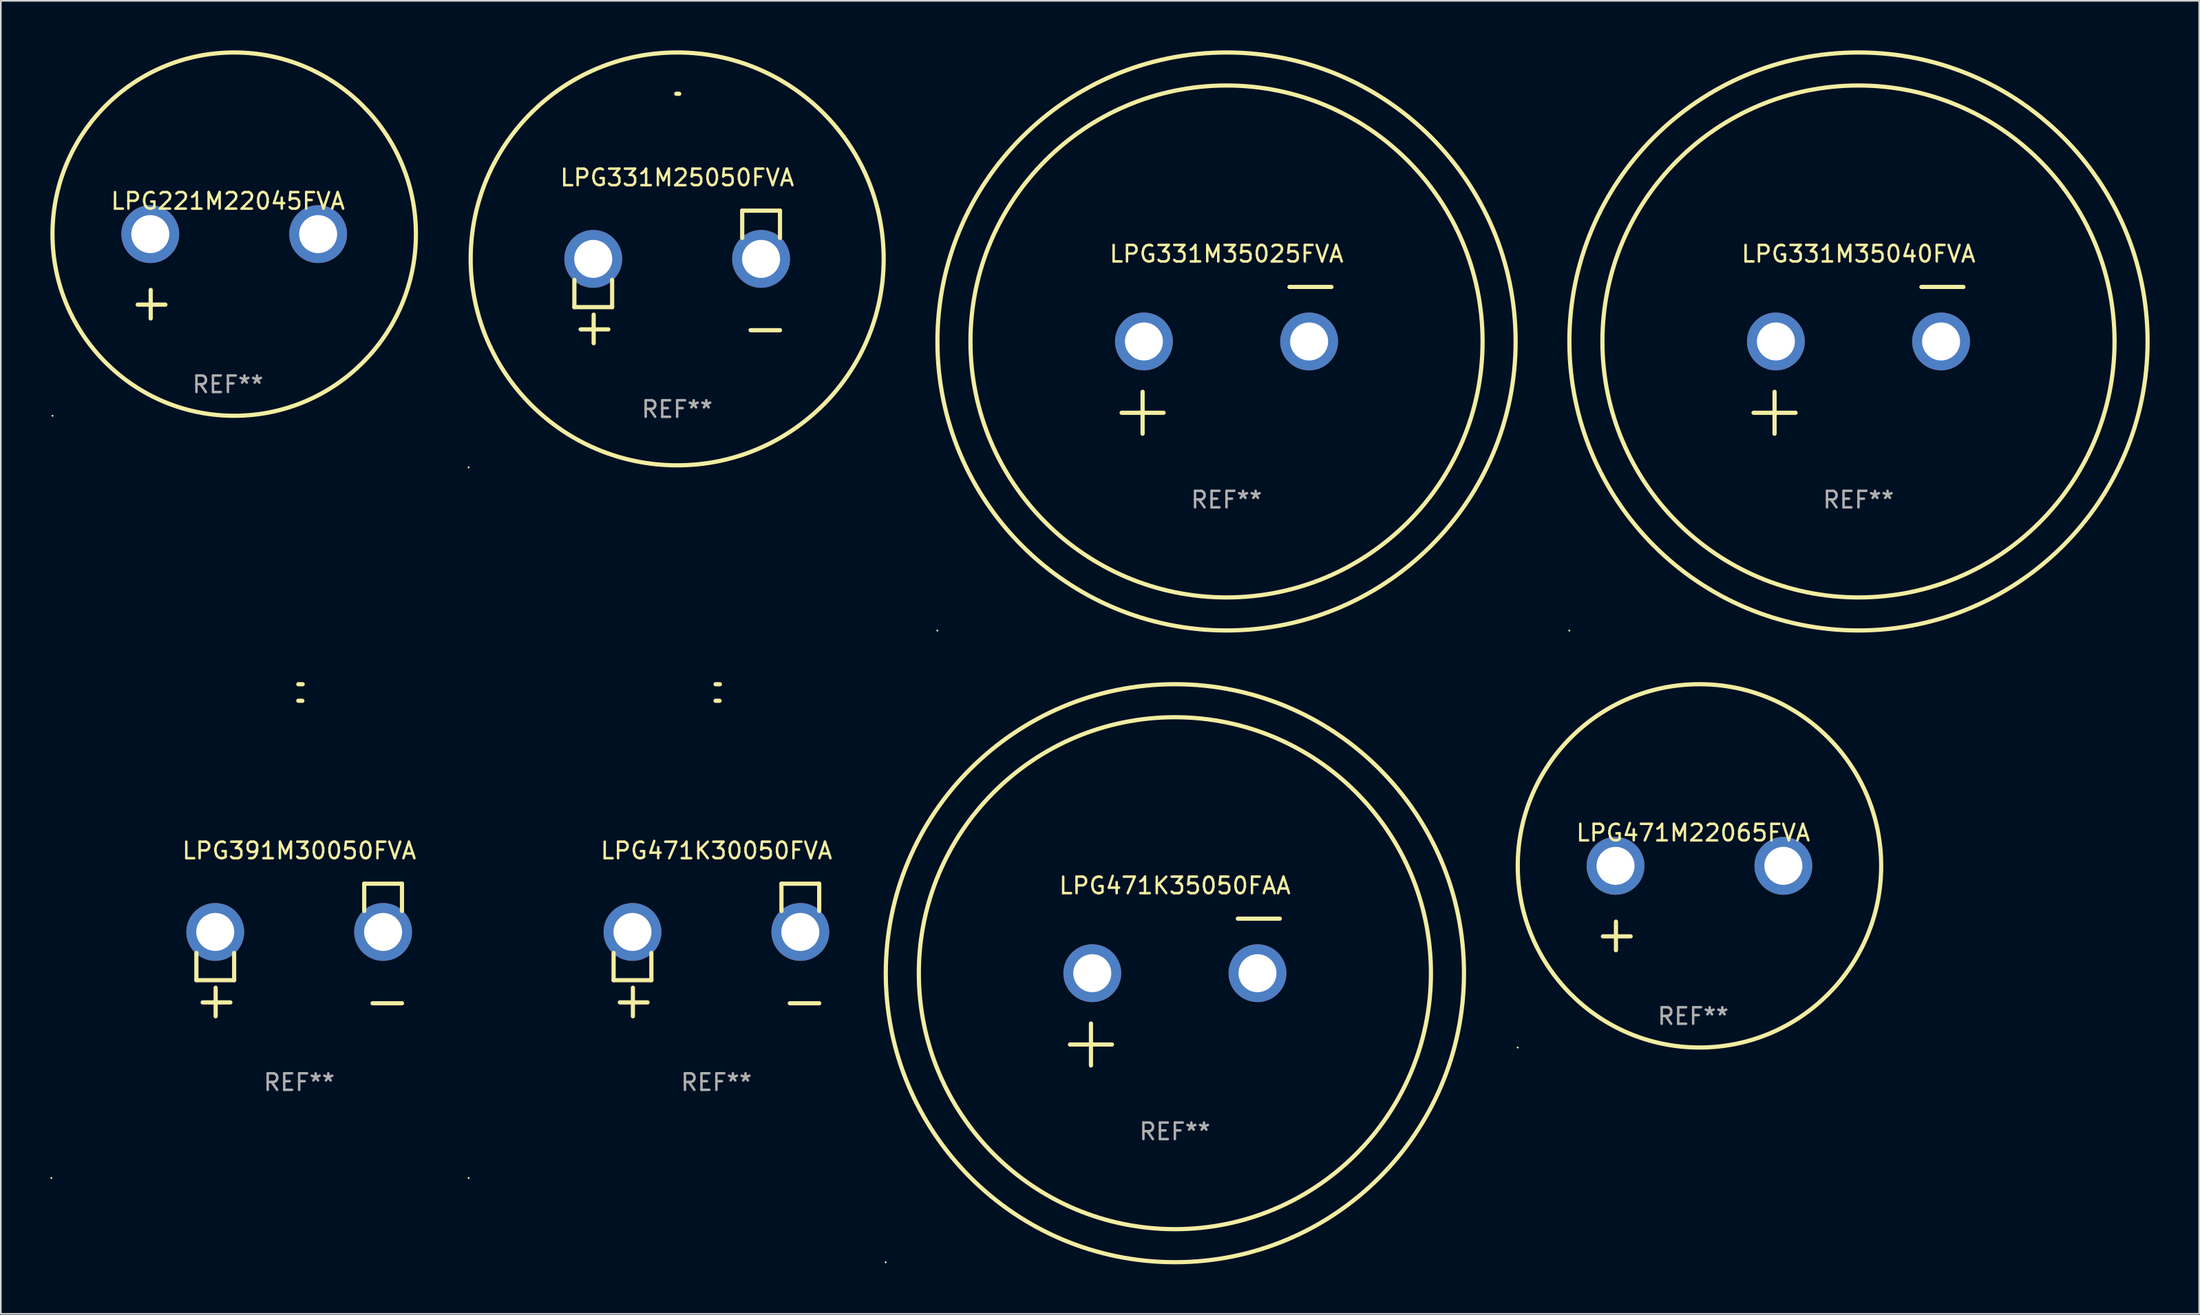
<source format=kicad_pcb>
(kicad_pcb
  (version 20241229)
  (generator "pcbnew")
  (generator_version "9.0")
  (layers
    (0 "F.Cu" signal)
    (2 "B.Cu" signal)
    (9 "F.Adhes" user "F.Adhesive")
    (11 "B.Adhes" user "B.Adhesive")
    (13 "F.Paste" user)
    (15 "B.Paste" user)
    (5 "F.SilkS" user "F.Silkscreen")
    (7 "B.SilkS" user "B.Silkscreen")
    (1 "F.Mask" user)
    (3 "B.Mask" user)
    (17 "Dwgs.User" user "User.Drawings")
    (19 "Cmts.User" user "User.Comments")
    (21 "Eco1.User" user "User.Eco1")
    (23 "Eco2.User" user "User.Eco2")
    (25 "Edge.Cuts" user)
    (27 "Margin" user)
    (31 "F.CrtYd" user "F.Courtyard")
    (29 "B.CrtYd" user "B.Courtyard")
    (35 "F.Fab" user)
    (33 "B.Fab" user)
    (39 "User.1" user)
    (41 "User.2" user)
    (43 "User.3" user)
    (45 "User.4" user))
  (footprint "LPG331M25050FVA"
    (layer "F.Cu")
    (at 37.941 13.719)
    (property "Reference" "LPG331M25050FVA" (at 0 -6.013 0) (layer "F.SilkS") (effects (font (size 1 1) (thickness 0.15))))
    (attr through_hole)
    (fp_line (start -6.223 0.178) (end -6.223 1.829) (stroke (width 0.254) (type solid)) (layer "F.SilkS"))
    (fp_line (start -6.223 1.829) (end -3.937 1.829) (stroke (width 0.254) (type solid)) (layer "F.SilkS"))
    (fp_line (start -5.055 4.013) (end -5.055 2.286) (stroke (width 0.254) (type solid)) (layer "F.SilkS"))
    (fp_line (start -4.166 3.175) (end -5.842 3.175) (stroke (width 0.254) (type solid)) (layer "F.SilkS"))
    (fp_line (start -3.937 1.829) (end -3.937 0.178) (stroke (width 0.254) (type solid)) (layer "F.SilkS"))
    (fp_line (start 3.937 -4.013) (end 3.937 -2.362) (stroke (width 0.254) (type solid)) (layer "F.SilkS"))
    (fp_line (start 6.223 -4.013) (end 3.937 -4.013) (stroke (width 0.254) (type solid)) (layer "F.SilkS"))
    (fp_line (start 6.223 -2.362) (end 6.223 -4.013) (stroke (width 0.254) (type solid)) (layer "F.SilkS"))
    (fp_line (start 6.223 3.226) (end 4.445 3.226) (stroke (width 0.254) (type solid)) (layer "F.SilkS"))
    (fp_arc (start -0.0508 -11.092202) (mid 0.036835 -11.091307) (end 0.12446 -11.089662) (stroke (width 0.254001) (type solid)) (layer "F.SilkS"))
    (fp_circle (center -12.627 11.535) (end -12.597 11.535) (stroke (width 0.06) (type solid)) (fill no) (layer "F.SilkS"))
    (fp_circle (center 0 -1.092) (end 12.5 -1.092) (stroke (width 0.254) (type solid)) (fill no) (layer "F.SilkS"))
    (fp_text user "REF**" (at 0 8.013 0) (layer "F.Fab") (effects (font (size 1 1) (thickness 0.15))))
    (pad "1" thru_hole circle (at -5.08 -1.092) (size 3.5 3.5) (drill 2.3) (layers "*.Cu" "*.Mask"))
    (pad "2" thru_hole circle (at 5.08 -1.092) (size 3.5 3.5) (drill 2.3) (layers "*.Cu" "*.Mask")))
  (footprint "LPG331M35040FVA"
    (layer "F.Cu")
    (at 109.449 18.77)
    (property "Reference" "LPG331M35040FVA" (at 0 -6.445 0) (layer "F.SilkS") (effects (font (size 1 1) (thickness 0.15))))
    (attr through_hole)
    (fp_line (start -6.35 3.175) (end -3.81 3.175) (stroke (width 0.254) (type solid)) (layer "F.SilkS"))
    (fp_line (start -5.08 1.905) (end -5.08 4.445) (stroke (width 0.254) (type solid)) (layer "F.SilkS"))
    (fp_line (start 3.81 -4.445) (end 6.35 -4.445) (stroke (width 0.254) (type solid)) (layer "F.SilkS"))
    (fp_circle (center -17.505 16.362) (end -17.475 16.362) (stroke (width 0.06) (type solid)) (fill no) (layer "F.SilkS"))
    (fp_circle (center 0 -1.143) (end 15.5 -1.143) (stroke (width 0.254) (type solid)) (fill no) (layer "F.SilkS"))
    (fp_circle (center 0 -1.143) (end 17.5 -1.143) (stroke (width 0.254) (type solid)) (fill no) (layer "F.SilkS"))
    (fp_text user "REF**" (at 0 8.445 0) (layer "F.Fab") (effects (font (size 1 1) (thickness 0.15))))
    (pad "1" thru_hole circle (at -5 -1.143) (size 3.5 3.5) (drill 2.3) (layers "*.Cu" "*.Mask"))
    (pad "2" thru_hole circle (at 5 -1.143) (size 3.5 3.5) (drill 2.3) (layers "*.Cu" "*.Mask")))
  (footprint "LPG221M22045FVA"
    (layer "F.Cu")
    (at 10.746 13.68)
    (property "Reference" "LPG221M22045FVA" (at 0 -4.553 0) (layer "F.SilkS") (effects (font (size 1 1) (thickness 0.15))))
    (attr through_hole)
    (fp_line (start -4.674 2.553) (end -4.674 0.826) (stroke (width 0.254) (type solid)) (layer "F.SilkS"))
    (fp_line (start -3.785 1.715) (end -5.461 1.715) (stroke (width 0.254) (type solid)) (layer "F.SilkS"))
    (fp_circle (center -10.619 8.447) (end -10.589 8.447) (stroke (width 0.06) (type solid)) (fill no) (layer "F.SilkS"))
    (fp_circle (center 0.381 -2.553) (end 11.381 -2.553) (stroke (width 0.254) (type solid)) (fill no) (layer "F.SilkS"))
    (fp_text user "REF**" (at 0 6.553 0) (layer "F.Fab") (effects (font (size 1 1) (thickness 0.15))))
    (pad "1" thru_hole circle (at -4.699 -2.553) (size 3.5 3.5) (drill 2.3) (layers "*.Cu" "*.Mask"))
    (pad "2" thru_hole circle (at 5.461 -2.553) (size 3.5 3.5) (drill 2.3) (layers "*.Cu" "*.Mask")))
  (footprint "LPG471M22065FVA"
    (layer "F.Cu")
    (at 99.442 51.934)
    (property "Reference" "LPG471M22065FVA" (at 0 -4.553 0) (layer "F.SilkS") (effects (font (size 1 1) (thickness 0.15))))
    (attr through_hole)
    (fp_line (start -4.674 2.553) (end -4.674 0.826) (stroke (width 0.254) (type solid)) (layer "F.SilkS"))
    (fp_line (start -3.785 1.715) (end -5.461 1.715) (stroke (width 0.254) (type solid)) (layer "F.SilkS"))
    (fp_circle (center -10.619 8.447) (end -10.589 8.447) (stroke (width 0.06) (type solid)) (fill no) (layer "F.SilkS"))
    (fp_circle (center 0.381 -2.553) (end 11.381 -2.553) (stroke (width 0.254) (type solid)) (fill no) (layer "F.SilkS"))
    (fp_text user "REF**" (at 0 6.553 0) (layer "F.Fab") (effects (font (size 1 1) (thickness 0.15))))
    (pad "1" thru_hole circle (at -4.699 -2.553) (size 3.5 3.5) (drill 2.3) (layers "*.Cu" "*.Mask"))
    (pad "2" thru_hole circle (at 5.461 -2.553) (size 3.5 3.5) (drill 2.3) (layers "*.Cu" "*.Mask")))
  (footprint "LPG471K35050FAA"
    (layer "F.Cu")
    (at 68.069 57.024)
    (property "Reference" "LPG471K35050FAA" (at 0 -6.445 0) (layer "F.SilkS") (effects (font (size 1 1) (thickness 0.15))))
    (attr through_hole)
    (fp_line (start -6.35 3.175) (end -3.81 3.175) (stroke (width 0.254) (type solid)) (layer "F.SilkS"))
    (fp_line (start -5.08 1.905) (end -5.08 4.445) (stroke (width 0.254) (type solid)) (layer "F.SilkS"))
    (fp_line (start 3.81 -4.445) (end 6.35 -4.445) (stroke (width 0.254) (type solid)) (layer "F.SilkS"))
    (fp_circle (center -17.505 16.362) (end -17.475 16.362) (stroke (width 0.06) (type solid)) (fill no) (layer "F.SilkS"))
    (fp_circle (center 0 -1.143) (end 15.5 -1.143) (stroke (width 0.254) (type solid)) (fill no) (layer "F.SilkS"))
    (fp_circle (center 0 -1.143) (end 17.5 -1.143) (stroke (width 0.254) (type solid)) (fill no) (layer "F.SilkS"))
    (fp_text user "REF**" (at 0 8.445 0) (layer "F.Fab") (effects (font (size 1 1) (thickness 0.15))))
    (pad "1" thru_hole circle (at -5 -1.143) (size 3.5 3.5) (drill 2.3) (layers "*.Cu" "*.Mask"))
    (pad "2" thru_hole circle (at 5 -1.143) (size 3.5 3.5) (drill 2.3) (layers "*.Cu" "*.Mask")))
  (footprint "LPG391M30050FVA"
    (layer "F.Cu")
    (at 15.06 54.475)
    (property "Reference" "LPG391M30050FVA" (at 0 -6.013 0) (layer "F.SilkS") (effects (font (size 1 1) (thickness 0.15))))
    (attr through_hole)
    (fp_line (start -6.223 0.178) (end -6.223 1.829) (stroke (width 0.254) (type solid)) (layer "F.SilkS"))
    (fp_line (start -6.223 1.829) (end -3.937 1.829) (stroke (width 0.254) (type solid)) (layer "F.SilkS"))
    (fp_line (start -5.055 4.013) (end -5.055 2.286) (stroke (width 0.254) (type solid)) (layer "F.SilkS"))
    (fp_line (start -4.166 3.175) (end -5.842 3.175) (stroke (width 0.254) (type solid)) (layer "F.SilkS"))
    (fp_line (start -3.937 1.829) (end -3.937 0.178) (stroke (width 0.254) (type solid)) (layer "F.SilkS"))
    (fp_line (start 3.937 -4.013) (end 3.937 -2.362) (stroke (width 0.254) (type solid)) (layer "F.SilkS"))
    (fp_line (start 6.223 -4.013) (end 3.937 -4.013) (stroke (width 0.254) (type solid)) (layer "F.SilkS"))
    (fp_line (start 6.223 -2.362) (end 6.223 -4.013) (stroke (width 0.254) (type solid)) (layer "F.SilkS"))
    (fp_line (start 6.223 3.226) (end 4.445 3.226) (stroke (width 0.254) (type solid)) (layer "F.SilkS"))
    (fp_arc (start -0.0508 -16.093472) (mid 0.080016 -16.092762) (end 0.210821 -16.090932) (stroke (width 0.254001) (type solid)) (layer "F.SilkS"))
    (fp_arc (start -0.0508 -15.09271) (mid 0.071125 -15.091961) (end 0.19304 -15.09017) (stroke (width 0.254001) (type solid)) (layer "F.SilkS"))
    (fp_circle (center -15 13.808) (end -14.97 13.808) (stroke (width 0.06) (type solid)) (fill no) (layer "F.SilkS"))
    (fp_text user "REF**" (at 0 8.013 0) (layer "F.Fab") (effects (font (size 1 1) (thickness 0.15))))
    (pad "1" thru_hole circle (at -5.08 -1.092) (size 3.5 3.5) (drill 2.3) (layers "*.Cu" "*.Mask"))
    (pad "2" thru_hole circle (at 5.08 -1.092) (size 3.5 3.5) (drill 2.3) (layers "*.Cu" "*.Mask")))
  (footprint "LPG471K30050FVA"
    (layer "F.Cu")
    (at 40.316 54.475)
    (property "Reference" "LPG471K30050FVA" (at 0 -6.013 0) (layer "F.SilkS") (effects (font (size 1 1) (thickness 0.15))))
    (attr through_hole)
    (fp_line (start -6.223 0.178) (end -6.223 1.829) (stroke (width 0.254) (type solid)) (layer "F.SilkS"))
    (fp_line (start -6.223 1.829) (end -3.937 1.829) (stroke (width 0.254) (type solid)) (layer "F.SilkS"))
    (fp_line (start -5.055 4.013) (end -5.055 2.286) (stroke (width 0.254) (type solid)) (layer "F.SilkS"))
    (fp_line (start -4.166 3.175) (end -5.842 3.175) (stroke (width 0.254) (type solid)) (layer "F.SilkS"))
    (fp_line (start -3.937 1.829) (end -3.937 0.178) (stroke (width 0.254) (type solid)) (layer "F.SilkS"))
    (fp_line (start 3.937 -4.013) (end 3.937 -2.362) (stroke (width 0.254) (type solid)) (layer "F.SilkS"))
    (fp_line (start 6.223 -4.013) (end 3.937 -4.013) (stroke (width 0.254) (type solid)) (layer "F.SilkS"))
    (fp_line (start 6.223 -2.362) (end 6.223 -4.013) (stroke (width 0.254) (type solid)) (layer "F.SilkS"))
    (fp_line (start 6.223 3.226) (end 4.445 3.226) (stroke (width 0.254) (type solid)) (layer "F.SilkS"))
    (fp_arc (start -0.0508 -16.093472) (mid 0.080016 -16.092762) (end 0.210821 -16.090932) (stroke (width 0.254001) (type solid)) (layer "F.SilkS"))
    (fp_arc (start -0.0508 -15.09271) (mid 0.071125 -15.091961) (end 0.19304 -15.09017) (stroke (width 0.254001) (type solid)) (layer "F.SilkS"))
    (fp_circle (center -15 13.808) (end -14.97 13.808) (stroke (width 0.06) (type solid)) (fill no) (layer "F.SilkS"))
    (fp_text user "REF**" (at 0 8.013 0) (layer "F.Fab") (effects (font (size 1 1) (thickness 0.15))))
    (pad "1" thru_hole circle (at -5.08 -1.092) (size 3.5 3.5) (drill 2.3) (layers "*.Cu" "*.Mask"))
    (pad "2" thru_hole circle (at 5.08 -1.092) (size 3.5 3.5) (drill 2.3) (layers "*.Cu" "*.Mask")))
  (footprint "LPG331M35025FVA"
    (layer "F.Cu")
    (at 71.195 18.77)
    (property "Reference" "LPG331M35025FVA" (at 0 -6.445 0) (layer "F.SilkS") (effects (font (size 1 1) (thickness 0.15))))
    (attr through_hole)
    (fp_line (start -6.35 3.175) (end -3.81 3.175) (stroke (width 0.254) (type solid)) (layer "F.SilkS"))
    (fp_line (start -5.08 1.905) (end -5.08 4.445) (stroke (width 0.254) (type solid)) (layer "F.SilkS"))
    (fp_line (start 3.81 -4.445) (end 6.35 -4.445) (stroke (width 0.254) (type solid)) (layer "F.SilkS"))
    (fp_circle (center -17.505 16.362) (end -17.475 16.362) (stroke (width 0.06) (type solid)) (fill no) (layer "F.SilkS"))
    (fp_circle (center 0 -1.143) (end 15.5 -1.143) (stroke (width 0.254) (type solid)) (fill no) (layer "F.SilkS"))
    (fp_circle (center 0 -1.143) (end 17.5 -1.143) (stroke (width 0.254) (type solid)) (fill no) (layer "F.SilkS"))
    (fp_text user "REF**" (at 0 8.445 0) (layer "F.Fab") (effects (font (size 1 1) (thickness 0.15))))
    (pad "1" thru_hole circle (at -5 -1.143) (size 3.5 3.5) (drill 2.3) (layers "*.Cu" "*.Mask"))
    (pad "2" thru_hole circle (at 5 -1.143) (size 3.5 3.5) (drill 2.3) (layers "*.Cu" "*.Mask")))
  (gr_rect
    (start -3 -3)
    (end 130.076 76.509)
    (stroke (width 0.1) (type default))
    (fill no)
    (layer "Edge.Cuts")))
</source>
